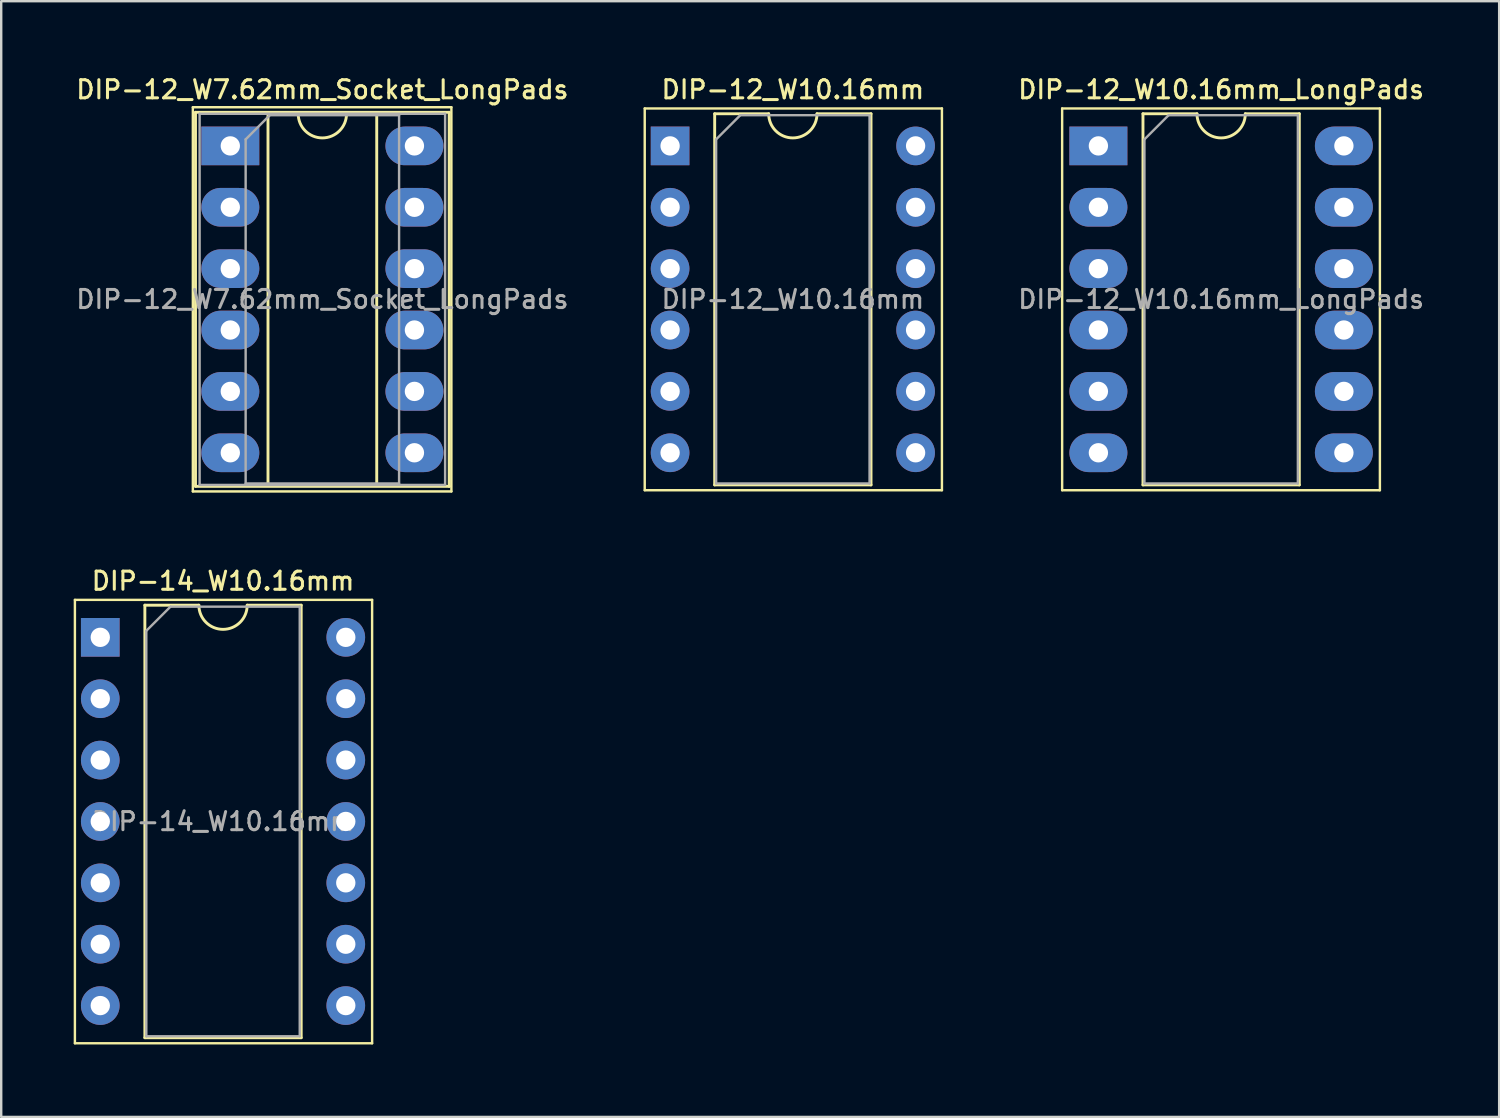
<source format=kicad_pcb>
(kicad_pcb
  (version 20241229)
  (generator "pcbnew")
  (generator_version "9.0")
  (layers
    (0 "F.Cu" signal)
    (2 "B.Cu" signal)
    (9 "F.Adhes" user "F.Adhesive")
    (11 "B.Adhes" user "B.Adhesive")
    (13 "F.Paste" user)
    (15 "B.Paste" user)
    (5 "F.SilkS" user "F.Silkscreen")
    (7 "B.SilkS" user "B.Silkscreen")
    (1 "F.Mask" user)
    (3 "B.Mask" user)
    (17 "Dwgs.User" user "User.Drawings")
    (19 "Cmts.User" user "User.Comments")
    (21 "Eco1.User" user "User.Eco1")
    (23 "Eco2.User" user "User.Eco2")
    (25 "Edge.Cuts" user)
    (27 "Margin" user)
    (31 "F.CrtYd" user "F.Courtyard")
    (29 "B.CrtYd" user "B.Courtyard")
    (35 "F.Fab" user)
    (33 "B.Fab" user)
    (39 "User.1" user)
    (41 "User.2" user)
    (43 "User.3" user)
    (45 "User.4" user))
  (footprint "DIP-12_W7.62mm_Socket_LongPads"
    (layer "F.Cu")
    (at 6.481 2.988)
    (property "Reference" "DIP-12_W7.62mm_Socket_LongPads" (at 3.81 -2.33 0) (layer "F.SilkS") (effects (font (size 0.75 0.75) (thickness 0.125))))
    (attr through_hole)
    (fp_line (start -1.55 -1.6) (end -1.55 14.3) (stroke (width 0.1) (type solid)) (layer "F.SilkS"))
    (fp_line (start -1.55 14.3) (end 9.15 14.3) (stroke (width 0.1) (type solid)) (layer "F.SilkS"))
    (fp_line (start -1.44 -1.39) (end -1.44 14.09) (stroke (width 0.12) (type solid)) (layer "F.SilkS"))
    (fp_line (start -1.44 14.09) (end 9.06 14.09) (stroke (width 0.12) (type solid)) (layer "F.SilkS"))
    (fp_line (start 1.56 -1.33) (end 1.56 14.03) (stroke (width 0.12) (type solid)) (layer "F.SilkS"))
    (fp_line (start 1.56 14.03) (end 6.06 14.03) (stroke (width 0.12) (type solid)) (layer "F.SilkS"))
    (fp_line (start 2.81 -1.33) (end 1.56 -1.33) (stroke (width 0.12) (type solid)) (layer "F.SilkS"))
    (fp_line (start 6.06 -1.33) (end 4.81 -1.33) (stroke (width 0.12) (type solid)) (layer "F.SilkS"))
    (fp_line (start 6.06 14.03) (end 6.06 -1.33) (stroke (width 0.12) (type solid)) (layer "F.SilkS"))
    (fp_line (start 9.06 -1.39) (end -1.44 -1.39) (stroke (width 0.12) (type solid)) (layer "F.SilkS"))
    (fp_line (start 9.06 14.09) (end 9.06 -1.39) (stroke (width 0.12) (type solid)) (layer "F.SilkS"))
    (fp_line (start 9.15 -1.6) (end -1.55 -1.6) (stroke (width 0.1) (type solid)) (layer "F.SilkS"))
    (fp_line (start 9.15 14.3) (end 9.15 -1.6) (stroke (width 0.1) (type solid)) (layer "F.SilkS"))
    (fp_arc (start 4.81 -1.33) (mid 3.81 -0.33) (end 2.81 -1.33) (stroke (width 0.12) (type solid)) (layer "F.SilkS"))
    (fp_line (start -1.27 -1.33) (end -1.27 14.03) (stroke (width 0.1) (type solid)) (layer "F.Fab"))
    (fp_line (start -1.27 14.03) (end 8.89 14.03) (stroke (width 0.1) (type solid)) (layer "F.Fab"))
    (fp_line (start 0.635 -0.27) (end 1.635 -1.27) (stroke (width 0.1) (type solid)) (layer "F.Fab"))
    (fp_line (start 0.635 13.97) (end 0.635 -0.27) (stroke (width 0.1) (type solid)) (layer "F.Fab"))
    (fp_line (start 1.635 -1.27) (end 6.985 -1.27) (stroke (width 0.1) (type solid)) (layer "F.Fab"))
    (fp_line (start 6.985 -1.27) (end 6.985 13.97) (stroke (width 0.1) (type solid)) (layer "F.Fab"))
    (fp_line (start 6.985 13.97) (end 0.635 13.97) (stroke (width 0.1) (type solid)) (layer "F.Fab"))
    (fp_line (start 8.89 -1.33) (end -1.27 -1.33) (stroke (width 0.1) (type solid)) (layer "F.Fab"))
    (fp_line (start 8.89 14.03) (end 8.89 -1.33) (stroke (width 0.1) (type solid)) (layer "F.Fab"))
    (fp_text user "${REFERENCE}" (at 3.81 6.35 0) (layer "F.Fab") (effects (font (size 0.75 0.75) (thickness 0.125))))
    (pad "1" thru_hole rect (at 0 0) (size 2.4 1.6) (drill 0.8) (layers "*.Cu" "*.Mask"))
    (pad "2" thru_hole oval (at 0 2.54) (size 2.4 1.6) (drill 0.8) (layers "*.Cu" "*.Mask"))
    (pad "3" thru_hole oval (at 0 5.08) (size 2.4 1.6) (drill 0.8) (layers "*.Cu" "*.Mask"))
    (pad "4" thru_hole oval (at 0 7.62) (size 2.4 1.6) (drill 0.8) (layers "*.Cu" "*.Mask"))
    (pad "5" thru_hole oval (at 0 10.16) (size 2.4 1.6) (drill 0.8) (layers "*.Cu" "*.Mask"))
    (pad "6" thru_hole oval (at 0 12.7) (size 2.4 1.6) (drill 0.8) (layers "*.Cu" "*.Mask"))
    (pad "7" thru_hole oval (at 7.62 12.7) (size 2.4 1.6) (drill 0.8) (layers "*.Cu" "*.Mask"))
    (pad "8" thru_hole oval (at 7.62 10.16) (size 2.4 1.6) (drill 0.8) (layers "*.Cu" "*.Mask"))
    (pad "9" thru_hole oval (at 7.62 7.62) (size 2.4 1.6) (drill 0.8) (layers "*.Cu" "*.Mask"))
    (pad "10" thru_hole oval (at 7.62 5.08) (size 2.4 1.6) (drill 0.8) (layers "*.Cu" "*.Mask"))
    (pad "11" thru_hole oval (at 7.62 2.54) (size 2.4 1.6) (drill 0.8) (layers "*.Cu" "*.Mask"))
    (pad "12" thru_hole oval (at 7.62 0) (size 2.4 1.6) (drill 0.8) (layers "*.Cu" "*.Mask")))
  (footprint "DIP-12_W10.16mm_LongPads"
    (layer "F.Cu")
    (at 42.407 2.988)
    (property "Reference" "DIP-12_W10.16mm_LongPads" (at 5.08 -2.33 0) (layer "F.SilkS") (effects (font (size 0.75 0.75) (thickness 0.125))))
    (attr through_hole)
    (fp_line (start -1.5 -1.55) (end -1.5 14.25) (stroke (width 0.1) (type solid)) (layer "F.SilkS"))
    (fp_line (start -1.5 14.25) (end 11.65 14.25) (stroke (width 0.1) (type solid)) (layer "F.SilkS"))
    (fp_line (start 1.845 -1.33) (end 1.845 14.03) (stroke (width 0.12) (type solid)) (layer "F.SilkS"))
    (fp_line (start 1.845 14.03) (end 8.315 14.03) (stroke (width 0.12) (type solid)) (layer "F.SilkS"))
    (fp_line (start 4.08 -1.33) (end 1.845 -1.33) (stroke (width 0.12) (type solid)) (layer "F.SilkS"))
    (fp_line (start 8.315 -1.33) (end 6.08 -1.33) (stroke (width 0.12) (type solid)) (layer "F.SilkS"))
    (fp_line (start 8.315 14.03) (end 8.315 -1.33) (stroke (width 0.12) (type solid)) (layer "F.SilkS"))
    (fp_line (start 11.65 -1.55) (end -1.5 -1.55) (stroke (width 0.1) (type solid)) (layer "F.SilkS"))
    (fp_line (start 11.65 14.25) (end 11.65 -1.55) (stroke (width 0.1) (type solid)) (layer "F.SilkS"))
    (fp_arc (start 6.08 -1.33) (mid 5.08 -0.33) (end 4.08 -1.33) (stroke (width 0.12) (type solid)) (layer "F.SilkS"))
    (fp_line (start 1.905 -0.27) (end 2.905 -1.27) (stroke (width 0.1) (type solid)) (layer "F.Fab"))
    (fp_line (start 1.905 13.97) (end 1.905 -0.27) (stroke (width 0.1) (type solid)) (layer "F.Fab"))
    (fp_line (start 2.905 -1.27) (end 8.255 -1.27) (stroke (width 0.1) (type solid)) (layer "F.Fab"))
    (fp_line (start 8.255 -1.27) (end 8.255 13.97) (stroke (width 0.1) (type solid)) (layer "F.Fab"))
    (fp_line (start 8.255 13.97) (end 1.905 13.97) (stroke (width 0.1) (type solid)) (layer "F.Fab"))
    (fp_text user "${REFERENCE}" (at 5.08 6.35 0) (layer "F.Fab") (effects (font (size 0.75 0.75) (thickness 0.125))))
    (pad "1" thru_hole rect (at 0 0) (size 2.4 1.6) (drill 0.8) (layers "*.Cu" "*.Mask"))
    (pad "2" thru_hole oval (at 0 2.54) (size 2.4 1.6) (drill 0.8) (layers "*.Cu" "*.Mask"))
    (pad "3" thru_hole oval (at 0 5.08) (size 2.4 1.6) (drill 0.8) (layers "*.Cu" "*.Mask"))
    (pad "4" thru_hole oval (at 0 7.62) (size 2.4 1.6) (drill 0.8) (layers "*.Cu" "*.Mask"))
    (pad "5" thru_hole oval (at 0 10.16) (size 2.4 1.6) (drill 0.8) (layers "*.Cu" "*.Mask"))
    (pad "6" thru_hole oval (at 0 12.7) (size 2.4 1.6) (drill 0.8) (layers "*.Cu" "*.Mask"))
    (pad "7" thru_hole oval (at 10.16 12.7) (size 2.4 1.6) (drill 0.8) (layers "*.Cu" "*.Mask"))
    (pad "8" thru_hole oval (at 10.16 10.16) (size 2.4 1.6) (drill 0.8) (layers "*.Cu" "*.Mask"))
    (pad "9" thru_hole oval (at 10.16 7.62) (size 2.4 1.6) (drill 0.8) (layers "*.Cu" "*.Mask"))
    (pad "10" thru_hole oval (at 10.16 5.08) (size 2.4 1.6) (drill 0.8) (layers "*.Cu" "*.Mask"))
    (pad "11" thru_hole oval (at 10.16 2.54) (size 2.4 1.6) (drill 0.8) (layers "*.Cu" "*.Mask"))
    (pad "12" thru_hole oval (at 10.16 0) (size 2.4 1.6) (drill 0.8) (layers "*.Cu" "*.Mask")))
  (footprint "DIP-12_W10.16mm"
    (layer "F.Cu")
    (at 24.682 2.988)
    (property "Reference" "DIP-12_W10.16mm" (at 5.08 -2.33 0) (layer "F.SilkS") (effects (font (size 0.75 0.75) (thickness 0.125))))
    (attr through_hole)
    (fp_line (start -1.05 -1.55) (end -1.05 14.25) (stroke (width 0.1) (type solid)) (layer "F.SilkS"))
    (fp_line (start -1.05 14.25) (end 11.25 14.25) (stroke (width 0.1) (type solid)) (layer "F.SilkS"))
    (fp_line (start 1.845 -1.33) (end 1.845 14.03) (stroke (width 0.12) (type solid)) (layer "F.SilkS"))
    (fp_line (start 1.845 14.03) (end 8.315 14.03) (stroke (width 0.12) (type solid)) (layer "F.SilkS"))
    (fp_line (start 4.08 -1.33) (end 1.845 -1.33) (stroke (width 0.12) (type solid)) (layer "F.SilkS"))
    (fp_line (start 8.315 -1.33) (end 6.08 -1.33) (stroke (width 0.12) (type solid)) (layer "F.SilkS"))
    (fp_line (start 8.315 14.03) (end 8.315 -1.33) (stroke (width 0.12) (type solid)) (layer "F.SilkS"))
    (fp_line (start 11.25 -1.55) (end -1.05 -1.55) (stroke (width 0.1) (type solid)) (layer "F.SilkS"))
    (fp_line (start 11.25 14.25) (end 11.25 -1.55) (stroke (width 0.1) (type solid)) (layer "F.SilkS"))
    (fp_arc (start 6.08 -1.33) (mid 5.08 -0.33) (end 4.08 -1.33) (stroke (width 0.12) (type solid)) (layer "F.SilkS"))
    (fp_line (start 1.905 -0.27) (end 2.905 -1.27) (stroke (width 0.1) (type solid)) (layer "F.Fab"))
    (fp_line (start 1.905 13.97) (end 1.905 -0.27) (stroke (width 0.1) (type solid)) (layer "F.Fab"))
    (fp_line (start 2.905 -1.27) (end 8.255 -1.27) (stroke (width 0.1) (type solid)) (layer "F.Fab"))
    (fp_line (start 8.255 -1.27) (end 8.255 13.97) (stroke (width 0.1) (type solid)) (layer "F.Fab"))
    (fp_line (start 8.255 13.97) (end 1.905 13.97) (stroke (width 0.1) (type solid)) (layer "F.Fab"))
    (fp_text user "${REFERENCE}" (at 5.08 6.35 0) (layer "F.Fab") (effects (font (size 0.75 0.75) (thickness 0.125))))
    (pad "1" thru_hole rect (at 0 0) (size 1.6 1.6) (drill 0.8) (layers "*.Cu" "*.Mask"))
    (pad "2" thru_hole oval (at 0 2.54) (size 1.6 1.6) (drill 0.8) (layers "*.Cu" "*.Mask"))
    (pad "3" thru_hole oval (at 0 5.08) (size 1.6 1.6) (drill 0.8) (layers "*.Cu" "*.Mask"))
    (pad "4" thru_hole oval (at 0 7.62) (size 1.6 1.6) (drill 0.8) (layers "*.Cu" "*.Mask"))
    (pad "5" thru_hole oval (at 0 10.16) (size 1.6 1.6) (drill 0.8) (layers "*.Cu" "*.Mask"))
    (pad "6" thru_hole oval (at 0 12.7) (size 1.6 1.6) (drill 0.8) (layers "*.Cu" "*.Mask"))
    (pad "7" thru_hole oval (at 10.16 12.7) (size 1.6 1.6) (drill 0.8) (layers "*.Cu" "*.Mask"))
    (pad "8" thru_hole oval (at 10.16 10.16) (size 1.6 1.6) (drill 0.8) (layers "*.Cu" "*.Mask"))
    (pad "9" thru_hole oval (at 10.16 7.62) (size 1.6 1.6) (drill 0.8) (layers "*.Cu" "*.Mask"))
    (pad "10" thru_hole oval (at 10.16 5.08) (size 1.6 1.6) (drill 0.8) (layers "*.Cu" "*.Mask"))
    (pad "11" thru_hole oval (at 10.16 2.54) (size 1.6 1.6) (drill 0.8) (layers "*.Cu" "*.Mask"))
    (pad "12" thru_hole oval (at 10.16 0) (size 1.6 1.6) (drill 0.8) (layers "*.Cu" "*.Mask")))
  (footprint "DIP-14_W10.16mm"
    (layer "F.Cu")
    (at 1.1 23.326)
    (property "Reference" "DIP-14_W10.16mm" (at 5.08 -2.33 0) (layer "F.SilkS") (effects (font (size 0.75 0.75) (thickness 0.125))))
    (attr through_hole)
    (fp_line (start -1.05 -1.55) (end -1.05 16.8) (stroke (width 0.1) (type solid)) (layer "F.SilkS"))
    (fp_line (start -1.05 16.8) (end 11.25 16.8) (stroke (width 0.1) (type solid)) (layer "F.SilkS"))
    (fp_line (start 1.845 -1.33) (end 1.845 16.57) (stroke (width 0.12) (type solid)) (layer "F.SilkS"))
    (fp_line (start 1.845 16.57) (end 8.315 16.57) (stroke (width 0.12) (type solid)) (layer "F.SilkS"))
    (fp_line (start 4.08 -1.33) (end 1.845 -1.33) (stroke (width 0.12) (type solid)) (layer "F.SilkS"))
    (fp_line (start 8.315 -1.33) (end 6.08 -1.33) (stroke (width 0.12) (type solid)) (layer "F.SilkS"))
    (fp_line (start 8.315 16.57) (end 8.315 -1.33) (stroke (width 0.12) (type solid)) (layer "F.SilkS"))
    (fp_line (start 11.25 -1.55) (end -1.05 -1.55) (stroke (width 0.1) (type solid)) (layer "F.SilkS"))
    (fp_line (start 11.25 16.8) (end 11.25 -1.55) (stroke (width 0.1) (type solid)) (layer "F.SilkS"))
    (fp_arc (start 6.08 -1.33) (mid 5.08 -0.33) (end 4.08 -1.33) (stroke (width 0.12) (type solid)) (layer "F.SilkS"))
    (fp_line (start 1.905 -0.27) (end 2.905 -1.27) (stroke (width 0.1) (type solid)) (layer "F.Fab"))
    (fp_line (start 1.905 16.51) (end 1.905 -0.27) (stroke (width 0.1) (type solid)) (layer "F.Fab"))
    (fp_line (start 2.905 -1.27) (end 8.255 -1.27) (stroke (width 0.1) (type solid)) (layer "F.Fab"))
    (fp_line (start 8.255 -1.27) (end 8.255 16.51) (stroke (width 0.1) (type solid)) (layer "F.Fab"))
    (fp_line (start 8.255 16.51) (end 1.905 16.51) (stroke (width 0.1) (type solid)) (layer "F.Fab"))
    (fp_text user "${REFERENCE}" (at 5.08 7.62 0) (layer "F.Fab") (effects (font (size 0.75 0.75) (thickness 0.125))))
    (pad "1" thru_hole rect (at 0 0) (size 1.6 1.6) (drill 0.8) (layers "*.Cu" "*.Mask"))
    (pad "2" thru_hole oval (at 0 2.54) (size 1.6 1.6) (drill 0.8) (layers "*.Cu" "*.Mask"))
    (pad "3" thru_hole oval (at 0 5.08) (size 1.6 1.6) (drill 0.8) (layers "*.Cu" "*.Mask"))
    (pad "4" thru_hole oval (at 0 7.62) (size 1.6 1.6) (drill 0.8) (layers "*.Cu" "*.Mask"))
    (pad "5" thru_hole oval (at 0 10.16) (size 1.6 1.6) (drill 0.8) (layers "*.Cu" "*.Mask"))
    (pad "6" thru_hole oval (at 0 12.7) (size 1.6 1.6) (drill 0.8) (layers "*.Cu" "*.Mask"))
    (pad "7" thru_hole oval (at 0 15.24) (size 1.6 1.6) (drill 0.8) (layers "*.Cu" "*.Mask"))
    (pad "8" thru_hole oval (at 10.16 15.24) (size 1.6 1.6) (drill 0.8) (layers "*.Cu" "*.Mask"))
    (pad "9" thru_hole oval (at 10.16 12.7) (size 1.6 1.6) (drill 0.8) (layers "*.Cu" "*.Mask"))
    (pad "10" thru_hole oval (at 10.16 10.16) (size 1.6 1.6) (drill 0.8) (layers "*.Cu" "*.Mask"))
    (pad "11" thru_hole oval (at 10.16 7.62) (size 1.6 1.6) (drill 0.8) (layers "*.Cu" "*.Mask"))
    (pad "12" thru_hole oval (at 10.16 5.08) (size 1.6 1.6) (drill 0.8) (layers "*.Cu" "*.Mask"))
    (pad "13" thru_hole oval (at 10.16 2.54) (size 1.6 1.6) (drill 0.8) (layers "*.Cu" "*.Mask"))
    (pad "14" thru_hole oval (at 10.16 0) (size 1.6 1.6) (drill 0.8) (layers "*.Cu" "*.Mask")))
  (gr_rect
    (start -3 -3)
    (end 58.993 43.176)
    (stroke (width 0.1) (type default))
    (fill no)
    (layer "Edge.Cuts")))
</source>
